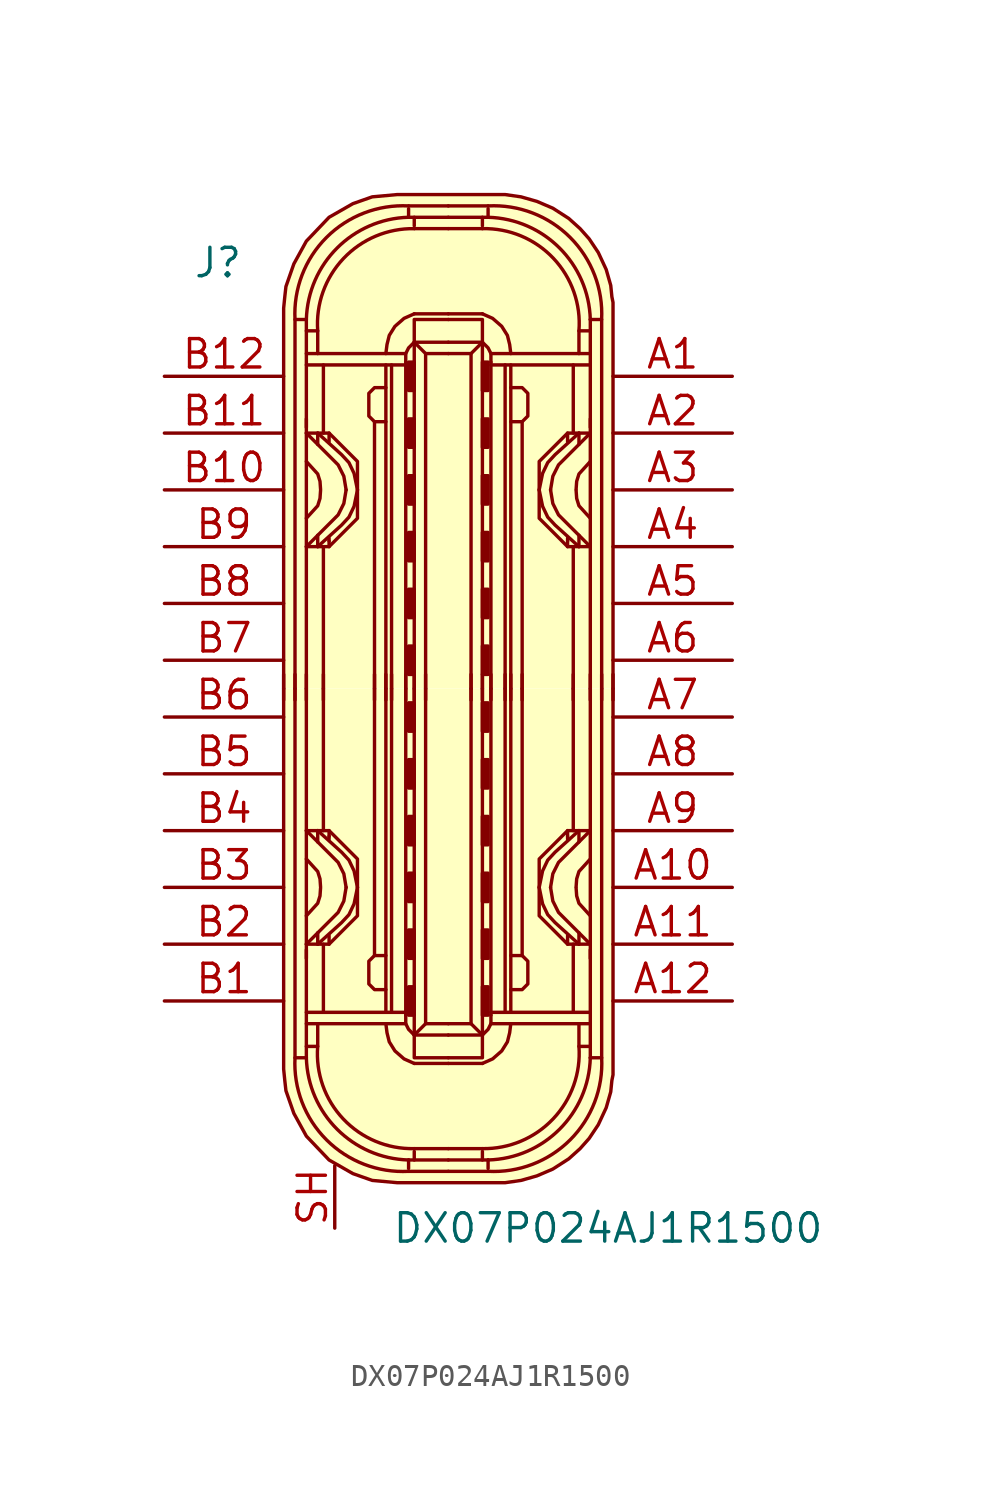
<source format=kicad_sym>
(kicad_symbol_lib
  (version 20220914)
  (generator kicad_symbol_editor)
  (symbol "DX07P024AJ1R1500"
    (pin_names
      (offset 1.016))
    (property "Reference" "J"
      (at -11.43 19.05 0)
      (effects (font (size 1.27 1.27)) (justify left)))
    (property "Value" "DX07P024AJ1R1500"
      (at -2.54 -24.13 0)
      (effects (font (size 1.27 1.27)) (justify left)))
    (symbol "DX07P024AJ1R1500_1_1"
      (arc (start -6.858 -16.51) (mid -5.4492 -20.1812) (end -1.778 -21.59) (stroke (width 0) (type default)) (fill (type none)))
      (arc (start -6.35 -16.51) (mid -4.9749 -19.7069) (end -1.778 -21.082) (stroke (width 0) (type default)) (fill (type none)))
      (arc (start -5.842 -16.002) (mid -4.6972 -19.2495) (end -1.524 -20.574) (stroke (width 0) (type default)) (fill (type none)))
      (rectangle (start -1.778 -14.605) (end -1.524 -13.335) (stroke (width 0) (type default)) (fill (type outline)))
      (rectangle (start -1.778 -12.065) (end -1.524 -10.795) (stroke (width 0) (type default)) (fill (type outline)))
      (rectangle (start -1.778 -9.525) (end -1.524 -8.255) (stroke (width 0) (type default)) (fill (type outline)))
      (rectangle (start -1.778 -6.985) (end -1.524 -5.715) (stroke (width 0) (type default)) (fill (type outline)))
      (rectangle (start -1.778 -4.445) (end -1.524 -3.175) (stroke (width 0) (type default)) (fill (type outline)))
      (rectangle (start -1.778 -1.905) (end -1.524 -0.635) (stroke (width 0) (type default)) (fill (type outline)))
      (rectangle (start -1.778 1.905) (end -1.524 0.635) (stroke (width 0) (type default)) (fill (type outline)))
      (rectangle (start -1.778 4.445) (end -1.524 3.175) (stroke (width 0) (type default)) (fill (type outline)))
      (rectangle (start -1.778 6.985) (end -1.524 5.715) (stroke (width 0) (type default)) (fill (type outline)))
      (rectangle (start -1.778 9.525) (end -1.524 8.255) (stroke (width 0) (type default)) (fill (type outline)))
      (rectangle (start -1.778 12.065) (end -1.524 10.795) (stroke (width 0) (type default)) (fill (type outline)))
      (rectangle (start -1.778 14.605) (end -1.524 13.335) (stroke (width 0) (type default)) (fill (type outline)))
      (arc (start -1.778 21.082) (mid -4.9749 19.7069) (end -6.35 16.51) (stroke (width 0) (type default)) (fill (type none)))
      (arc (start -1.778 21.59) (mid -5.4492 20.1812) (end -6.858 16.51) (stroke (width 0) (type default)) (fill (type none)))
      (arc (start -1.524 20.574) (mid -4.6883 19.2412) (end -5.842 16.002) (stroke (width 0) (type default)) (fill (type none)))
      (polyline (pts (xy -7.366 -0.508) (xy -7.366 0.635)) (stroke (width 0) (type default)) (fill (type none)))
      (polyline (pts (xy -6.858 -0.508) (xy -6.858 0.635)) (stroke (width 0) (type default)) (fill (type none)))
      (polyline (pts (xy -6.35 -14.986) (xy -1.905 -14.986)) (stroke (width 0) (type default)) (fill (type none)))
      (polyline (pts (xy -6.35 -12.065) (xy -6.35 0)) (stroke (width 0) (type default)) (fill (type none)))
      (polyline (pts (xy -6.35 -0.508) (xy -6.35 0.635)) (stroke (width 0) (type default)) (fill (type none)))
      (polyline (pts (xy -6.35 12.065) (xy -6.35 0)) (stroke (width 0) (type default)) (fill (type none)))
      (polyline (pts (xy -6.35 14.986) (xy -1.905 14.986)) (stroke (width 0) (type default)) (fill (type none)))
      (polyline (pts (xy -5.842 -11.43) (xy -5.842 -10.922)) (stroke (width 0) (type default)) (fill (type none)))
      (polyline (pts (xy -5.842 -6.35) (xy -5.842 -6.858)) (stroke (width 0) (type default)) (fill (type none)))
      (polyline (pts (xy -5.842 6.35) (xy -5.842 6.858)) (stroke (width 0) (type default)) (fill (type none)))
      (polyline (pts (xy -5.842 11.43) (xy -5.842 10.922)) (stroke (width 0) (type default)) (fill (type none)))
      (polyline (pts (xy -5.588 -14.478) (xy -5.588 -11.43)) (stroke (width 0) (type default)) (fill (type none)))
      (polyline (pts (xy -5.588 -6.35) (xy -5.588 0)) (stroke (width 0) (type default)) (fill (type none)))
      (polyline (pts (xy -5.588 -0.508) (xy -5.588 0.635)) (stroke (width 0) (type default)) (fill (type none)))
      (polyline (pts (xy -5.588 6.35) (xy -5.588 0)) (stroke (width 0) (type default)) (fill (type none)))
      (polyline (pts (xy -5.588 14.478) (xy -5.588 11.43)) (stroke (width 0) (type default)) (fill (type none)))
      (polyline (pts (xy -5.334 -11.43) (xy -5.334 -11.049)) (stroke (width 0) (type default)) (fill (type none)))
      (polyline (pts (xy -5.334 -6.604) (xy -5.334 -6.731)) (stroke (width 0) (type default)) (fill (type none)))
      (polyline (pts (xy -5.334 -6.35) (xy -5.334 -6.604)) (stroke (width 0) (type default)) (fill (type none)))
      (polyline (pts (xy -5.334 6.35) (xy -5.334 6.604)) (stroke (width 0) (type default)) (fill (type none)))
      (polyline (pts (xy -5.334 6.604) (xy -5.334 6.731)) (stroke (width 0) (type default)) (fill (type none)))
      (polyline (pts (xy -5.334 11.43) (xy -5.334 11.049)) (stroke (width 0) (type default)) (fill (type none)))
      (polyline (pts (xy -3.302 -0.508) (xy -3.302 0.635)) (stroke (width 0) (type default)) (fill (type none)))
      (polyline (pts (xy -3.302 0) (xy -3.302 -11.938)) (stroke (width 0) (type default)) (fill (type none)))
      (polyline (pts (xy -3.302 0) (xy -3.302 11.938)) (stroke (width 0) (type default)) (fill (type none)))
      (polyline (pts (xy -2.794 -0.508) (xy -2.794 0.635)) (stroke (width 0) (type default)) (fill (type none)))
      (polyline (pts (xy -2.794 0) (xy -2.794 -14.478)) (stroke (width 0) (type default)) (fill (type none)))
      (polyline (pts (xy -2.794 0) (xy -2.794 14.478)) (stroke (width 0) (type default)) (fill (type none)))
      (polyline (pts (xy -2.54 -14.478) (xy -2.54 0)) (stroke (width 0) (type default)) (fill (type none)))
      (polyline (pts (xy -2.54 -0.508) (xy -2.54 0.635)) (stroke (width 0) (type default)) (fill (type none)))
      (polyline (pts (xy -2.54 14.478) (xy -2.54 0)) (stroke (width 0) (type default)) (fill (type none)))
      (polyline (pts (xy -1.905 -14.478) (xy -6.35 -14.478)) (stroke (width 0) (type default)) (fill (type none)))
      (polyline (pts (xy -1.905 -0.508) (xy -1.905 0.635)) (stroke (width 0) (type default)) (fill (type none)))
      (polyline (pts (xy -1.905 0) (xy -1.905 -14.605)) (stroke (width 0) (type default)) (fill (type none)))
      (polyline (pts (xy -1.905 0) (xy -1.905 14.605)) (stroke (width 0) (type default)) (fill (type none)))
      (polyline (pts (xy -1.905 14.478) (xy -6.35 14.478)) (stroke (width 0) (type default)) (fill (type none)))
      (polyline (pts (xy -1.778 -21.59) (xy 0 -21.59)) (stroke (width 0) (type default)) (fill (type background)))
      (polyline (pts (xy -1.778 -21.082) (xy -1.778 -21.463)) (stroke (width 0) (type default)) (fill (type none)))
      (polyline (pts (xy -1.778 -21.082) (xy 0 -21.082)) (stroke (width 0) (type default)) (fill (type none)))
      (polyline (pts (xy -1.778 21.082) (xy -1.778 21.463)) (stroke (width 0) (type default)) (fill (type none)))
      (polyline (pts (xy -1.778 21.082) (xy 0 21.082)) (stroke (width 0) (type default)) (fill (type none)))
      (polyline (pts (xy -1.778 21.59) (xy 0 21.59)) (stroke (width 0) (type default)) (fill (type background)))
      (polyline (pts (xy -1.524 -20.701) (xy -1.524 -21.082)) (stroke (width 0) (type default)) (fill (type none)))
      (polyline (pts (xy -1.524 -20.574) (xy 0 -20.574)) (stroke (width 0) (type default)) (fill (type none)))
      (polyline (pts (xy -1.524 -0.508) (xy -1.524 0.635)) (stroke (width 0) (type default)) (fill (type none)))
      (polyline (pts (xy -1.524 20.574) (xy 0 20.574)) (stroke (width 0) (type default)) (fill (type none)))
      (polyline (pts (xy -1.524 20.701) (xy -1.524 21.082)) (stroke (width 0) (type default)) (fill (type none)))
      (polyline (pts (xy -1.016 -14.986) (xy -1.524 -15.494)) (stroke (width 0) (type default)) (fill (type none)))
      (polyline (pts (xy -1.016 -0.508) (xy -1.016 0.635)) (stroke (width 0) (type default)) (fill (type none)))
      (polyline (pts (xy -1.016 14.986) (xy -1.524 15.494)) (stroke (width 0) (type default)) (fill (type none)))
      (polyline (pts (xy 0 -16.764) (xy -1.524 -16.764)) (stroke (width 0) (type default)) (fill (type none)))
      (polyline (pts (xy 0 -16.764) (xy 1.524 -16.764)) (stroke (width 0) (type default)) (fill (type none)))
      (polyline (pts (xy 0 16.764) (xy -1.524 16.764)) (stroke (width 0) (type default)) (fill (type none)))
      (polyline (pts (xy 0 16.764) (xy 1.524 16.764)) (stroke (width 0) (type default)) (fill (type none)))
      (polyline (pts (xy 1.016 -14.986) (xy 1.524 -15.494)) (stroke (width 0) (type default)) (fill (type none)))
      (polyline (pts (xy 1.016 -0.508) (xy 1.016 0.635)) (stroke (width 0) (type default)) (fill (type none)))
      (polyline (pts (xy 1.016 14.986) (xy 1.524 15.494)) (stroke (width 0) (type default)) (fill (type none)))
      (polyline (pts (xy 1.524 -20.701) (xy 1.524 -21.082)) (stroke (width 0) (type default)) (fill (type none)))
      (polyline (pts (xy 1.524 -20.574) (xy 0 -20.574)) (stroke (width 0) (type default)) (fill (type none)))
      (polyline (pts (xy 1.524 -0.508) (xy 1.524 0.635)) (stroke (width 0) (type default)) (fill (type none)))
      (polyline (pts (xy 1.524 20.574) (xy 0 20.574)) (stroke (width 0) (type default)) (fill (type none)))
      (polyline (pts (xy 1.524 20.701) (xy 1.524 21.082)) (stroke (width 0) (type default)) (fill (type none)))
      (polyline (pts (xy 1.778 -21.59) (xy 0 -21.59)) (stroke (width 0) (type default)) (fill (type background)))
      (polyline (pts (xy 1.778 -21.082) (xy 0 -21.082)) (stroke (width 0) (type default)) (fill (type none)))
      (polyline (pts (xy 1.778 -21.082) (xy 1.778 -21.463)) (stroke (width 0) (type default)) (fill (type none)))
      (polyline (pts (xy 1.778 21.082) (xy 0 21.082)) (stroke (width 0) (type default)) (fill (type none)))
      (polyline (pts (xy 1.778 21.082) (xy 1.778 21.463)) (stroke (width 0) (type default)) (fill (type none)))
      (polyline (pts (xy 1.778 21.59) (xy 0 21.59)) (stroke (width 0) (type default)) (fill (type background)))
      (polyline (pts (xy 1.905 -14.478) (xy 6.35 -14.478)) (stroke (width 0) (type default)) (fill (type none)))
      (polyline (pts (xy 1.905 -0.508) (xy 1.905 0.635)) (stroke (width 0) (type default)) (fill (type none)))
      (polyline (pts (xy 1.905 0) (xy 1.905 -14.605)) (stroke (width 0) (type default)) (fill (type none)))
      (polyline (pts (xy 1.905 0) (xy 1.905 14.605)) (stroke (width 0) (type default)) (fill (type none)))
      (polyline (pts (xy 1.905 14.478) (xy 6.35 14.478)) (stroke (width 0) (type default)) (fill (type none)))
      (polyline (pts (xy 2.54 -14.478) (xy 2.54 0)) (stroke (width 0) (type default)) (fill (type none)))
      (polyline (pts (xy 2.54 -0.508) (xy 2.54 0.635)) (stroke (width 0) (type default)) (fill (type none)))
      (polyline (pts (xy 2.54 14.478) (xy 2.54 0)) (stroke (width 0) (type default)) (fill (type none)))
      (polyline (pts (xy 2.794 -0.508) (xy 2.794 0.635)) (stroke (width 0) (type default)) (fill (type none)))
      (polyline (pts (xy 2.794 0) (xy 2.794 -14.478)) (stroke (width 0) (type default)) (fill (type none)))
      (polyline (pts (xy 2.794 0) (xy 2.794 14.478)) (stroke (width 0) (type default)) (fill (type none)))
      (polyline (pts (xy 3.302 -0.508) (xy 3.302 0.635)) (stroke (width 0) (type default)) (fill (type none)))
      (polyline (pts (xy 3.302 0) (xy 3.302 -11.938)) (stroke (width 0) (type default)) (fill (type none)))
      (polyline (pts (xy 3.302 0) (xy 3.302 11.938)) (stroke (width 0) (type default)) (fill (type none)))
      (polyline (pts (xy 5.334 -11.43) (xy 5.334 -11.049)) (stroke (width 0) (type default)) (fill (type none)))
      (polyline (pts (xy 5.334 -6.604) (xy 5.334 -6.731)) (stroke (width 0) (type default)) (fill (type none)))
      (polyline (pts (xy 5.334 -6.35) (xy 5.334 -6.604)) (stroke (width 0) (type default)) (fill (type none)))
      (polyline (pts (xy 5.334 6.35) (xy 5.334 6.604)) (stroke (width 0) (type default)) (fill (type none)))
      (polyline (pts (xy 5.334 6.604) (xy 5.334 6.731)) (stroke (width 0) (type default)) (fill (type none)))
      (polyline (pts (xy 5.334 11.43) (xy 5.334 11.049)) (stroke (width 0) (type default)) (fill (type none)))
      (polyline (pts (xy 5.588 -14.478) (xy 5.588 -11.43)) (stroke (width 0) (type default)) (fill (type none)))
      (polyline (pts (xy 5.588 -6.35) (xy 5.588 0)) (stroke (width 0) (type default)) (fill (type none)))
      (polyline (pts (xy 5.588 -0.508) (xy 5.588 0.635)) (stroke (width 0) (type default)) (fill (type none)))
      (polyline (pts (xy 5.588 6.35) (xy 5.588 0)) (stroke (width 0) (type default)) (fill (type none)))
      (polyline (pts (xy 5.588 14.478) (xy 5.588 11.43)) (stroke (width 0) (type default)) (fill (type none)))
      (polyline (pts (xy 5.842 -11.43) (xy 5.842 -10.922)) (stroke (width 0) (type default)) (fill (type none)))
      (polyline (pts (xy 5.842 -6.35) (xy 5.842 -6.858)) (stroke (width 0) (type default)) (fill (type none)))
      (polyline (pts (xy 5.842 6.35) (xy 5.842 6.858)) (stroke (width 0) (type default)) (fill (type none)))
      (polyline (pts (xy 5.842 11.43) (xy 5.842 10.922)) (stroke (width 0) (type default)) (fill (type none)))
      (polyline (pts (xy 6.35 -14.986) (xy 1.905 -14.986)) (stroke (width 0) (type default)) (fill (type none)))
      (polyline (pts (xy 6.35 -12.065) (xy 6.35 0)) (stroke (width 0) (type default)) (fill (type none)))
      (polyline (pts (xy 6.35 -0.508) (xy 6.35 0.635)) (stroke (width 0) (type default)) (fill (type none)))
      (polyline (pts (xy 6.35 12.065) (xy 6.35 0)) (stroke (width 0) (type default)) (fill (type none)))
      (polyline (pts (xy 6.35 14.986) (xy 1.905 14.986)) (stroke (width 0) (type default)) (fill (type none)))
      (polyline (pts (xy 6.858 -0.508) (xy 6.858 0.635)) (stroke (width 0) (type default)) (fill (type none)))
      (polyline (pts (xy 7.366 -0.508) (xy 7.366 0.635)) (stroke (width 0) (type default)) (fill (type none)))
      (polyline (pts (xy -6.35 -16.51) (xy -6.858 -16.51) (xy -6.858 0)) (stroke (width 0) (type default)) (fill (type none)))
      (polyline (pts (xy -6.35 -11.684) (xy -6.35 -15.875) (xy -6.35 -16.51)) (stroke (width 0) (type default)) (fill (type none)))
      (polyline (pts (xy -6.35 11.684) (xy -6.35 15.875) (xy -6.35 16.51)) (stroke (width 0) (type default)) (fill (type none)))
      (polyline (pts (xy -6.35 16.51) (xy -6.858 16.51) (xy -6.858 0)) (stroke (width 0) (type default)) (fill (type none)))
      (polyline (pts (xy -5.842 -14.986) (xy -5.842 -16.002) (xy -6.35 -16.002)) (stroke (width 0) (type default)) (fill (type none)))
      (polyline (pts (xy -5.842 14.986) (xy -5.842 16.002) (xy -6.35 16.002)) (stroke (width 0) (type default)) (fill (type none)))
      (polyline (pts (xy -1.524 0) (xy -1.524 -15.494) (xy 0 -15.494)) (stroke (width 0) (type default)) (fill (type none)))
      (polyline (pts (xy -1.524 0) (xy -1.524 15.494) (xy 0 15.494)) (stroke (width 0) (type default)) (fill (type none)))
      (polyline (pts (xy -1.016 0) (xy -1.016 -14.986) (xy 0 -14.986)) (stroke (width 0) (type default)) (fill (type none)))
      (polyline (pts (xy -1.016 0) (xy -1.016 14.986) (xy 0 14.986)) (stroke (width 0) (type default)) (fill (type none)))
      (polyline (pts (xy 1.016 0) (xy 1.016 -14.986) (xy 0 -14.986)) (stroke (width 0) (type default)) (fill (type none)))
      (polyline (pts (xy 1.016 0) (xy 1.016 14.986) (xy 0 14.986)) (stroke (width 0) (type default)) (fill (type none)))
      (polyline (pts (xy 1.524 0) (xy 1.524 -15.494) (xy 0 -15.494)) (stroke (width 0) (type default)) (fill (type none)))
      (polyline (pts (xy 1.524 0) (xy 1.524 15.494) (xy 0 15.494)) (stroke (width 0) (type default)) (fill (type none)))
      (polyline (pts (xy 5.842 -14.986) (xy 5.842 -16.002) (xy 6.35 -16.002)) (stroke (width 0) (type default)) (fill (type none)))
      (polyline (pts (xy 5.842 14.986) (xy 5.842 16.002) (xy 6.35 16.002)) (stroke (width 0) (type default)) (fill (type none)))
      (polyline (pts (xy 6.35 -16.51) (xy 6.858 -16.51) (xy 6.858 0)) (stroke (width 0) (type default)) (fill (type none)))
      (polyline (pts (xy 6.35 -11.684) (xy 6.35 -15.875) (xy 6.35 -16.51)) (stroke (width 0) (type default)) (fill (type none)))
      (polyline (pts (xy 6.35 11.684) (xy 6.35 15.875) (xy 6.35 16.51)) (stroke (width 0) (type default)) (fill (type none)))
      (polyline (pts (xy 6.35 16.51) (xy 6.858 16.51) (xy 6.858 0)) (stroke (width 0) (type default)) (fill (type none)))
      (polyline (pts (xy -6.35 -11.43) (xy -4.928 -10.008) (xy -4.674 -9.5) (xy -4.572 -8.89)) (stroke (width 0) (type default)) (fill (type none)))
      (polyline (pts (xy -6.35 -10.16) (xy -5.842 -9.601) (xy -5.74 -9.271) (xy -5.715 -8.915)) (stroke (width 0) (type default)) (fill (type none)))
      (polyline (pts (xy -6.35 -7.62) (xy -5.842 -8.179) (xy -5.74 -8.509) (xy -5.715 -8.865)) (stroke (width 0) (type default)) (fill (type none)))
      (polyline (pts (xy -6.35 -6.35) (xy -4.928 -7.772) (xy -4.674 -8.28) (xy -4.572 -8.89)) (stroke (width 0) (type default)) (fill (type none)))
      (polyline (pts (xy -6.35 6.35) (xy -4.928 7.772) (xy -4.674 8.28) (xy -4.572 8.89)) (stroke (width 0) (type default)) (fill (type none)))
      (polyline (pts (xy -6.35 7.62) (xy -5.842 8.179) (xy -5.74 8.509) (xy -5.715 8.865)) (stroke (width 0) (type default)) (fill (type none)))
      (polyline (pts (xy -6.35 10.16) (xy -5.842 9.601) (xy -5.74 9.271) (xy -5.715 8.915)) (stroke (width 0) (type default)) (fill (type none)))
      (polyline (pts (xy -6.35 11.43) (xy -4.928 10.008) (xy -4.674 9.5) (xy -4.572 8.89)) (stroke (width 0) (type default)) (fill (type none)))
      (polyline (pts (xy -1.905 -14.605) (xy -1.905 -14.986) (xy -1.778 -15.24) (xy -1.524 -15.494)) (stroke (width 0) (type default)) (fill (type none)))
      (polyline (pts (xy -1.905 14.605) (xy -1.905 14.986) (xy -1.778 15.24) (xy -1.524 15.494)) (stroke (width 0) (type default)) (fill (type none)))
      (polyline (pts (xy 0 -16.51) (xy -1.397 -16.51) (xy -1.524 -16.51) (xy -1.524 -15.494)) (stroke (width 0) (type default)) (fill (type none)))
      (polyline (pts (xy 0 -16.51) (xy 1.397 -16.51) (xy 1.524 -16.51) (xy 1.524 -15.494)) (stroke (width 0) (type default)) (fill (type none)))
      (polyline (pts (xy 0 16.51) (xy -1.397 16.51) (xy -1.524 16.51) (xy -1.524 15.494)) (stroke (width 0) (type default)) (fill (type none)))
      (polyline (pts (xy 0 16.51) (xy 1.397 16.51) (xy 1.524 16.51) (xy 1.524 15.494)) (stroke (width 0) (type default)) (fill (type none)))
      (polyline (pts (xy 1.905 -14.605) (xy 1.905 -14.986) (xy 1.778 -15.24) (xy 1.524 -15.494)) (stroke (width 0) (type default)) (fill (type none)))
      (polyline (pts (xy 1.905 14.605) (xy 1.905 14.986) (xy 1.778 15.24) (xy 1.524 15.494)) (stroke (width 0) (type default)) (fill (type none)))
      (polyline (pts (xy 6.35 -11.43) (xy 4.928 -10.008) (xy 4.674 -9.5) (xy 4.572 -8.89)) (stroke (width 0) (type default)) (fill (type none)))
      (polyline (pts (xy 6.35 -10.16) (xy 5.842 -9.601) (xy 5.74 -9.271) (xy 5.715 -8.915)) (stroke (width 0) (type default)) (fill (type none)))
      (polyline (pts (xy 6.35 -7.62) (xy 5.842 -8.179) (xy 5.74 -8.509) (xy 5.715 -8.865)) (stroke (width 0) (type default)) (fill (type none)))
      (polyline (pts (xy 6.35 -6.35) (xy 4.928 -7.772) (xy 4.674 -8.28) (xy 4.572 -8.89)) (stroke (width 0) (type default)) (fill (type none)))
      (polyline (pts (xy 6.35 6.35) (xy 4.928 7.772) (xy 4.674 8.28) (xy 4.572 8.89)) (stroke (width 0) (type default)) (fill (type none)))
      (polyline (pts (xy 6.35 7.62) (xy 5.842 8.179) (xy 5.74 8.509) (xy 5.715 8.865)) (stroke (width 0) (type default)) (fill (type none)))
      (polyline (pts (xy 6.35 10.16) (xy 5.842 9.601) (xy 5.74 9.271) (xy 5.715 8.915)) (stroke (width 0) (type default)) (fill (type none)))
      (polyline (pts (xy 6.35 11.43) (xy 4.928 10.008) (xy 4.674 9.5) (xy 4.572 8.89)) (stroke (width 0) (type default)) (fill (type none)))
      (polyline (pts (xy -5.842 -11.43) (xy -4.775 -10.465) (xy -4.445 -10.109) (xy -4.216 -9.627) (xy -4.064 -8.89)) (stroke (width 0) (type default)) (fill (type none)))
      (polyline (pts (xy -5.842 -6.35) (xy -4.775 -7.315) (xy -4.445 -7.671) (xy -4.216 -8.153) (xy -4.064 -8.89)) (stroke (width 0) (type default)) (fill (type none)))
      (polyline (pts (xy -5.842 6.35) (xy -4.775 7.315) (xy -4.445 7.671) (xy -4.216 8.153) (xy -4.064 8.89)) (stroke (width 0) (type default)) (fill (type none)))
      (polyline (pts (xy -5.842 11.43) (xy -4.775 10.465) (xy -4.445 10.109) (xy -4.216 9.627) (xy -4.064 8.89)) (stroke (width 0) (type default)) (fill (type none)))
      (polyline (pts (xy 5.842 -11.43) (xy 4.775 -10.465) (xy 4.445 -10.109) (xy 4.216 -9.627) (xy 4.064 -8.89)) (stroke (width 0) (type default)) (fill (type none)))
      (polyline (pts (xy 5.842 -6.35) (xy 4.775 -7.315) (xy 4.445 -7.671) (xy 4.216 -8.153) (xy 4.064 -8.89)) (stroke (width 0) (type default)) (fill (type none)))
      (polyline (pts (xy 5.842 6.35) (xy 4.775 7.315) (xy 4.445 7.671) (xy 4.216 8.153) (xy 4.064 8.89)) (stroke (width 0) (type default)) (fill (type none)))
      (polyline (pts (xy 5.842 11.43) (xy 4.775 10.465) (xy 4.445 10.109) (xy 4.216 9.627) (xy 4.064 8.89)) (stroke (width 0) (type default)) (fill (type none)))
      (polyline (pts (xy -6.35 -11.43) (xy -5.334 -11.43) (xy -4.064 -10.16) (xy -4.064 -7.62) (xy -5.334 -6.35) (xy -6.35 -6.35)) (stroke (width 0) (type default)) (fill (type none)))
      (polyline (pts (xy -6.35 11.43) (xy -5.334 11.43) (xy -4.064 10.16) (xy -4.064 7.62) (xy -5.334 6.35) (xy -6.35 6.35)) (stroke (width 0) (type default)) (fill (type none)))
      (polyline (pts (xy -2.794 -14.986) (xy -2.743 -15.392) (xy -2.642 -15.799) (xy -2.388 -16.205) (xy -1.981 -16.561) (xy -1.524 -16.764)) (stroke (width 0) (type default)) (fill (type none)))
      (polyline (pts (xy -2.794 -13.462) (xy -3.302 -13.462) (xy -3.556 -13.208) (xy -3.556 -12.192) (xy -3.302 -11.938) (xy -2.794 -11.938)) (stroke (width 0) (type default)) (fill (type none)))
      (polyline (pts (xy -2.794 13.462) (xy -3.302 13.462) (xy -3.556 13.208) (xy -3.556 12.192) (xy -3.302 11.938) (xy -2.794 11.938)) (stroke (width 0) (type default)) (fill (type none)))
      (polyline (pts (xy -2.794 14.986) (xy -2.743 15.392) (xy -2.642 15.799) (xy -2.388 16.205) (xy -1.981 16.561) (xy -1.524 16.764)) (stroke (width 0) (type default)) (fill (type none)))
      (polyline (pts (xy 2.794 -14.986) (xy 2.743 -15.392) (xy 2.642 -15.799) (xy 2.388 -16.205) (xy 1.981 -16.561) (xy 1.524 -16.764)) (stroke (width 0) (type default)) (fill (type none)))
      (polyline (pts (xy 2.794 -13.462) (xy 3.302 -13.462) (xy 3.556 -13.208) (xy 3.556 -12.192) (xy 3.302 -11.938) (xy 2.794 -11.938)) (stroke (width 0) (type default)) (fill (type none)))
      (polyline (pts (xy 2.794 13.462) (xy 3.302 13.462) (xy 3.556 13.208) (xy 3.556 12.192) (xy 3.302 11.938) (xy 2.794 11.938)) (stroke (width 0) (type default)) (fill (type none)))
      (polyline (pts (xy 2.794 14.986) (xy 2.743 15.392) (xy 2.642 15.799) (xy 2.388 16.205) (xy 1.981 16.561) (xy 1.524 16.764)) (stroke (width 0) (type default)) (fill (type none)))
      (polyline (pts (xy 6.35 -11.43) (xy 5.334 -11.43) (xy 4.064 -10.16) (xy 4.064 -7.62) (xy 5.334 -6.35) (xy 6.35 -6.35)) (stroke (width 0) (type default)) (fill (type none)))
      (polyline (pts (xy 6.35 11.43) (xy 5.334 11.43) (xy 4.064 10.16) (xy 4.064 7.62) (xy 5.334 6.35) (xy 6.35 6.35)) (stroke (width 0) (type default)) (fill (type none)))
      (polyline (pts (xy 7.366 0) (xy 7.366 -17.018) (xy 7.366 -17.272) (xy 7.315 -17.526) (xy 7.264 -18.034) (xy 7.061 -18.745) (xy 6.706 -19.507) (xy 6.299 -20.117) (xy 5.893 -20.574) (xy 5.385 -21.031) (xy 4.674 -21.488) (xy 3.962 -21.793) (xy 3.251 -21.996) (xy 2.54 -22.098) (xy -2.286 -22.098) (xy -3.404 -21.996) (xy -4.267 -21.692) (xy -5.334 -21.082) (xy -6.35 -20.015) (xy -6.909 -18.999) (xy -7.264 -17.983) (xy -7.315 -17.526) (xy -7.366 -17.018) (xy -7.366 0)) (stroke (width 0) (type default)) (fill (type background)))
      (polyline (pts (xy 7.366 0) (xy 7.366 17.018) (xy 7.366 17.272) (xy 7.315 17.526) (xy 7.264 18.034) (xy 7.061 18.745) (xy 6.706 19.507) (xy 6.299 20.117) (xy 5.893 20.574) (xy 5.385 21.031) (xy 4.674 21.488) (xy 3.962 21.793) (xy 3.251 21.996) (xy 2.54 22.098) (xy -2.286 22.098) (xy -3.404 21.996) (xy -4.267 21.692) (xy -5.334 21.082) (xy -6.35 20.015) (xy -6.909 18.999) (xy -7.264 17.983) (xy -7.315 17.526) (xy -7.366 17.018) (xy -7.366 0)) (stroke (width 0) (type default)) (fill (type background)))
      (arc (start 1.524 -20.574) (mid 4.6883 -19.2412) (end 5.842 -16.002) (stroke (width 0) (type default)) (fill (type none)))
      (arc (start 1.778 -21.59) (mid 5.4492 -20.1812) (end 6.858 -16.51) (stroke (width 0) (type default)) (fill (type none)))
      (arc (start 1.778 -21.082) (mid 4.9749 -19.7069) (end 6.35 -16.51) (stroke (width 0) (type default)) (fill (type none)))
      (rectangle (start 1.778 -14.605) (end 1.524 -13.335) (stroke (width 0) (type default)) (fill (type outline)))
      (rectangle (start 1.778 -12.065) (end 1.524 -10.795) (stroke (width 0) (type default)) (fill (type outline)))
      (rectangle (start 1.778 -9.525) (end 1.524 -8.255) (stroke (width 0) (type default)) (fill (type outline)))
      (rectangle (start 1.778 -6.985) (end 1.524 -5.715) (stroke (width 0) (type default)) (fill (type outline)))
      (rectangle (start 1.778 -4.445) (end 1.524 -3.175) (stroke (width 0) (type default)) (fill (type outline)))
      (rectangle (start 1.778 -1.905) (end 1.524 -0.635) (stroke (width 0) (type default)) (fill (type outline)))
      (rectangle (start 1.778 1.905) (end 1.524 0.635) (stroke (width 0) (type default)) (fill (type outline)))
      (rectangle (start 1.778 4.445) (end 1.524 3.175) (stroke (width 0) (type default)) (fill (type outline)))
      (rectangle (start 1.778 6.985) (end 1.524 5.715) (stroke (width 0) (type default)) (fill (type outline)))
      (rectangle (start 1.778 9.525) (end 1.524 8.255) (stroke (width 0) (type default)) (fill (type outline)))
      (rectangle (start 1.778 12.065) (end 1.524 10.795) (stroke (width 0) (type default)) (fill (type outline)))
      (rectangle (start 1.778 14.605) (end 1.524 13.335) (stroke (width 0) (type default)) (fill (type outline)))
      (arc (start 5.842 16.002) (mid 4.6972 19.2495) (end 1.524 20.574) (stroke (width 0) (type default)) (fill (type none)))
      (arc (start 6.35 16.51) (mid 4.9749 19.7069) (end 1.778 21.082) (stroke (width 0) (type default)) (fill (type none)))
      (arc (start 6.858 16.51) (mid 5.4492 20.1812) (end 1.778 21.59) (stroke (width 0) (type default)) (fill (type none)))
      (pin passive line (at 12.7 13.97 180) (length 5.334) (name "~" (effects (font (size 1.27 1.27)))) (number "A1" (effects (font (size 1.27 1.27)))))
      (pin passive line (at 12.7 -8.89 180) (length 5.334) (name "~" (effects (font (size 1.27 1.27)))) (number "A10" (effects (font (size 1.27 1.27)))))
      (pin passive line (at 12.7 -11.43 180) (length 5.334) (name "~" (effects (font (size 1.27 1.27)))) (number "A11" (effects (font (size 1.27 1.27)))))
      (pin passive line (at 12.7 -13.97 180) (length 5.334) (name "~" (effects (font (size 1.27 1.27)))) (number "A12" (effects (font (size 1.27 1.27)))))
      (pin passive line (at 12.7 11.43 180) (length 5.334) (name "~" (effects (font (size 1.27 1.27)))) (number "A2" (effects (font (size 1.27 1.27)))))
      (pin passive line (at 12.7 8.89 180) (length 5.334) (name "~" (effects (font (size 1.27 1.27)))) (number "A3" (effects (font (size 1.27 1.27)))))
      (pin passive line (at 12.7 6.35 180) (length 5.334) (name "~" (effects (font (size 1.27 1.27)))) (number "A4" (effects (font (size 1.27 1.27)))))
      (pin passive line (at 12.7 3.81 180) (length 5.334) (name "~" (effects (font (size 1.27 1.27)))) (number "A5" (effects (font (size 1.27 1.27)))))
      (pin passive line (at 12.7 1.27 180) (length 5.334) (name "~" (effects (font (size 1.27 1.27)))) (number "A6" (effects (font (size 1.27 1.27)))))
      (pin passive line (at 12.7 -1.27 180) (length 5.334) (name "~" (effects (font (size 1.27 1.27)))) (number "A7" (effects (font (size 1.27 1.27)))))
      (pin passive line (at 12.7 -3.81 180) (length 5.334) (name "~" (effects (font (size 1.27 1.27)))) (number "A8" (effects (font (size 1.27 1.27)))))
      (pin passive line (at 12.7 -6.35 180) (length 5.334) (name "~" (effects (font (size 1.27 1.27)))) (number "A9" (effects (font (size 1.27 1.27)))))
      (pin passive line (at -12.7 -13.97 0) (length 5.334) (name "~" (effects (font (size 1.27 1.27)))) (number "B1" (effects (font (size 1.27 1.27)))))
      (pin passive line (at -12.7 8.89 0) (length 5.334) (name "~" (effects (font (size 1.27 1.27)))) (number "B10" (effects (font (size 1.27 1.27)))))
      (pin passive line (at -12.7 11.43 0) (length 5.334) (name "~" (effects (font (size 1.27 1.27)))) (number "B11" (effects (font (size 1.27 1.27)))))
      (pin passive line (at -12.7 13.97 0) (length 5.334) (name "~" (effects (font (size 1.27 1.27)))) (number "B12" (effects (font (size 1.27 1.27)))))
      (pin passive line (at -12.7 -11.43 0) (length 5.334) (name "~" (effects (font (size 1.27 1.27)))) (number "B2" (effects (font (size 1.27 1.27)))))
      (pin passive line (at -12.7 -8.89 0) (length 5.334) (name "~" (effects (font (size 1.27 1.27)))) (number "B3" (effects (font (size 1.27 1.27)))))
      (pin passive line (at -12.7 -6.35 0) (length 5.334) (name "~" (effects (font (size 1.27 1.27)))) (number "B4" (effects (font (size 1.27 1.27)))))
      (pin passive line (at -12.7 -3.81 0) (length 5.334) (name "~" (effects (font (size 1.27 1.27)))) (number "B5" (effects (font (size 1.27 1.27)))))
      (pin passive line (at -12.7 -1.27 0) (length 5.334) (name "~" (effects (font (size 1.27 1.27)))) (number "B6" (effects (font (size 1.27 1.27)))))
      (pin passive line (at -12.7 1.27 0) (length 5.334) (name "~" (effects (font (size 1.27 1.27)))) (number "B7" (effects (font (size 1.27 1.27)))))
      (pin passive line (at -12.7 3.81 0) (length 5.334) (name "~" (effects (font (size 1.27 1.27)))) (number "B8" (effects (font (size 1.27 1.27)))))
      (pin passive line (at -12.7 6.35 0) (length 5.334) (name "~" (effects (font (size 1.27 1.27)))) (number "B9" (effects (font (size 1.27 1.27)))))
      (pin input line (at -5.08 -24.13 90) (length 2.794) (name "~" (effects (font (size 1.27 1.27)))) (number "SH" (effects (font (size 1.27 1.27))))))))
</source>
